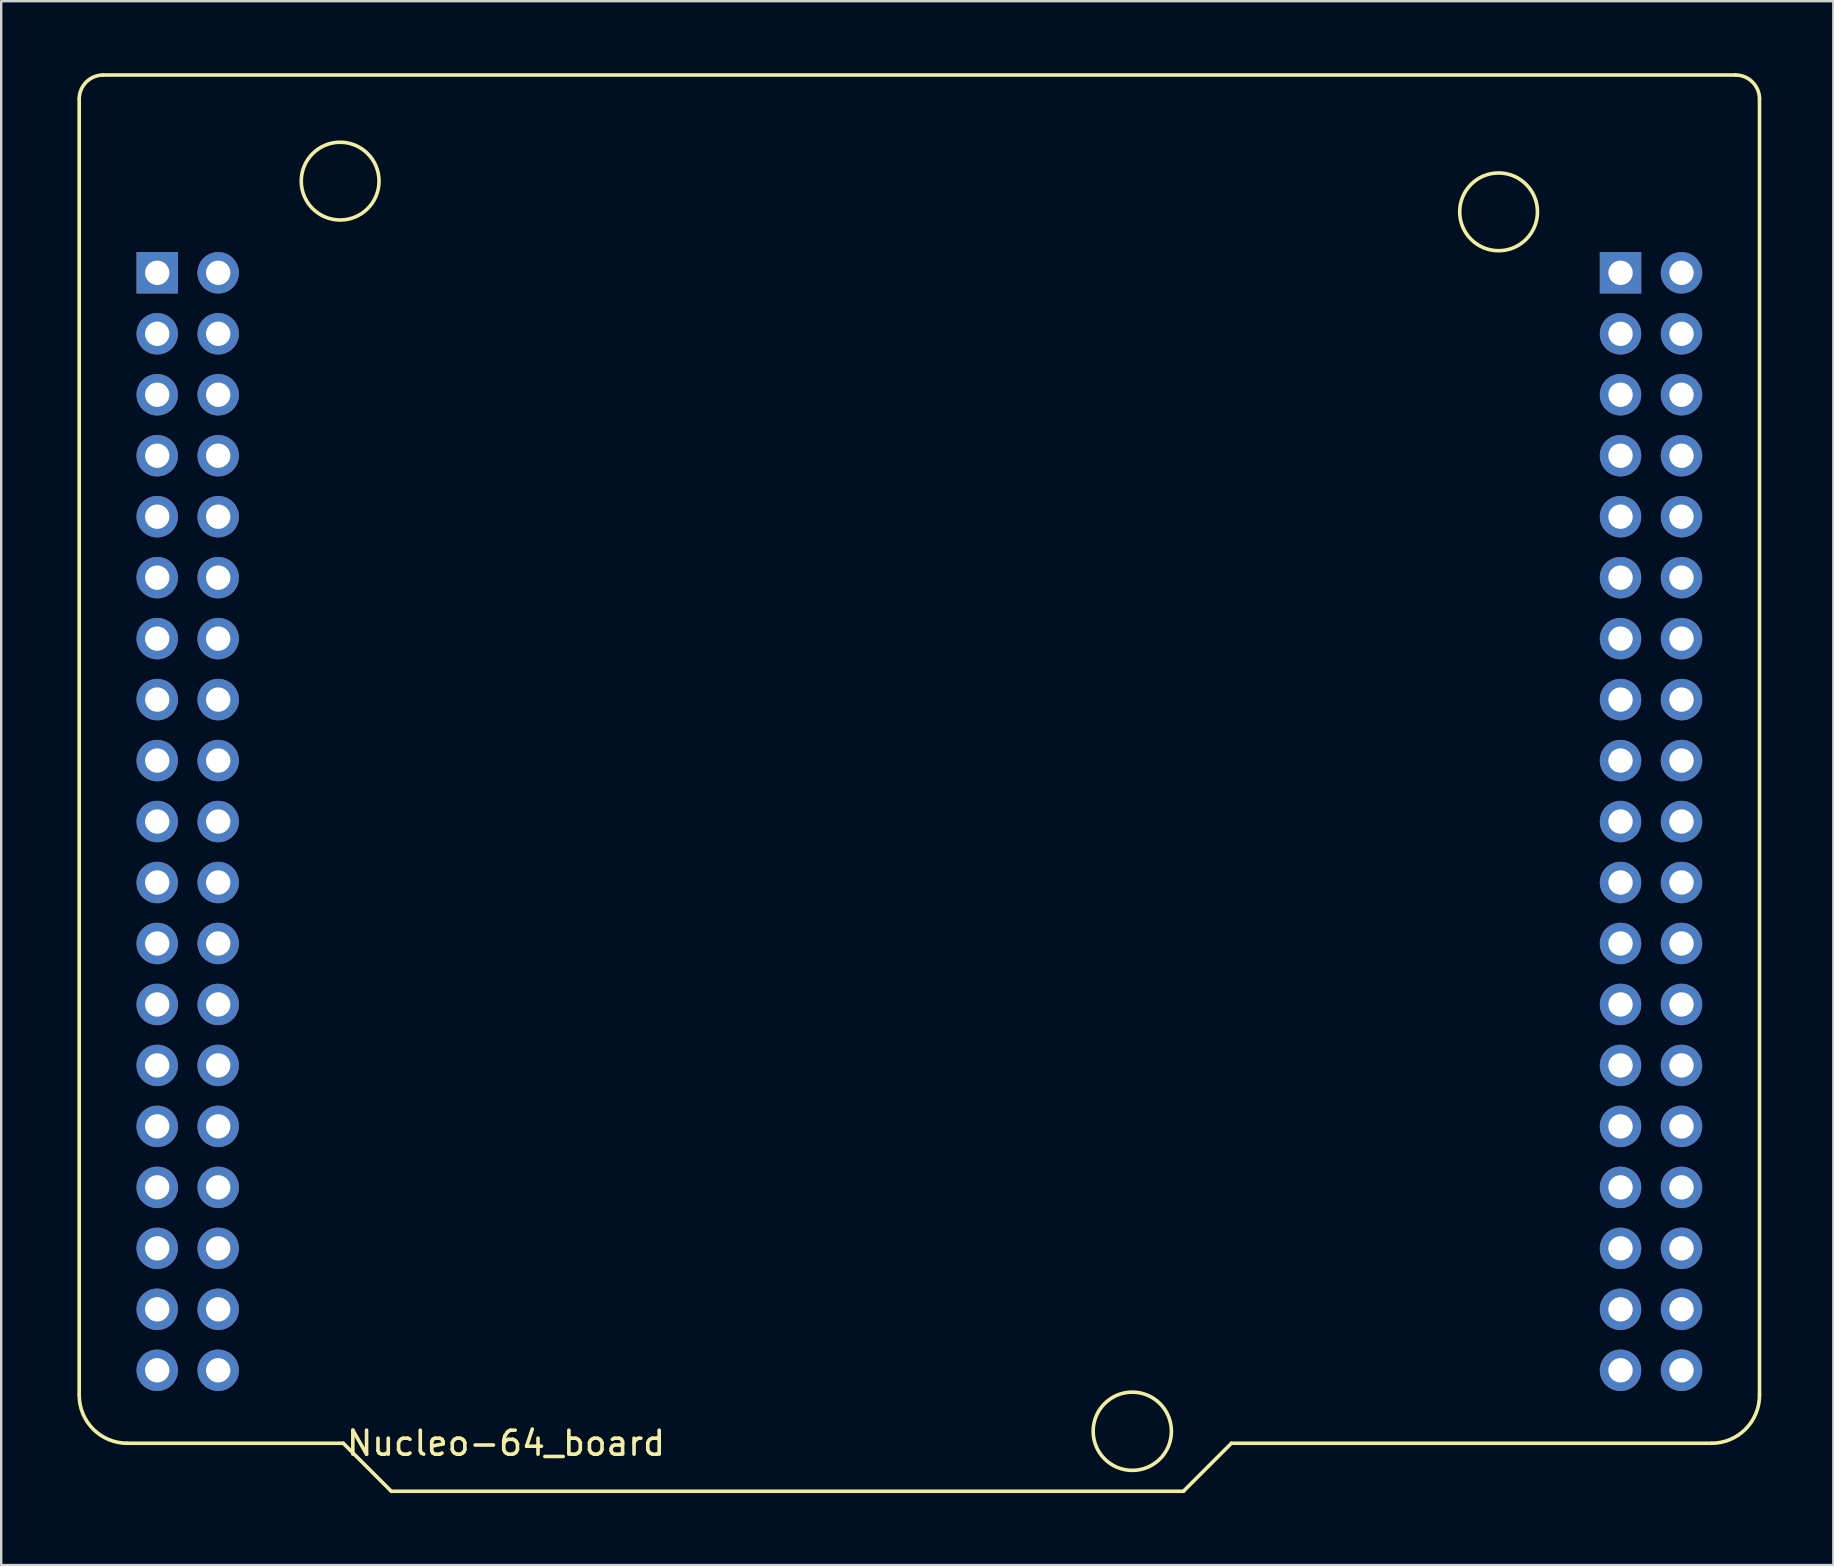
<source format=kicad_pcb>
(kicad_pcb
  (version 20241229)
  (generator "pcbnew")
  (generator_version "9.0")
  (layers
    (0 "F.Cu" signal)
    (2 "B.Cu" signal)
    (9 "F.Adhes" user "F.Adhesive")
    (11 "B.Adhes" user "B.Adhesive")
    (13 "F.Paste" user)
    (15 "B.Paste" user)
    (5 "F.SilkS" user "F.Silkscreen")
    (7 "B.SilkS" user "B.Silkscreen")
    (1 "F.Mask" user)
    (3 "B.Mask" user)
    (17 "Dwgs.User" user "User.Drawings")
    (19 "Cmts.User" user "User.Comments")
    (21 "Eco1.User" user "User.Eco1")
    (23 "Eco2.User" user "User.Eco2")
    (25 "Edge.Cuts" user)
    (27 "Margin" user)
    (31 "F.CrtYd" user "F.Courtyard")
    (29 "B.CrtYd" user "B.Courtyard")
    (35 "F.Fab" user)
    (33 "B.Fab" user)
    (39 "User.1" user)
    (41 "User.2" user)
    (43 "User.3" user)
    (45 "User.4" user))
  (footprint "Nucleo-64_board"
    (layer "F.Cu")
    (at 0.25 57.075)
    (property "Reference" "Nucleo-64_board" (at 17.78 0 0) (layer "F.SilkS") (effects (font (size 1 1) (thickness 0.15))))
    (attr through_hole)
    (fp_line (start 0 -2) (end 0 -56) (stroke (width 0.15) (type solid)) (layer "F.SilkS"))
    (fp_line (start 1 -57) (end 69 -57) (stroke (width 0.15) (type solid)) (layer "F.SilkS"))
    (fp_line (start 2 0) (end 11 0) (stroke (width 0.15) (type solid)) (layer "F.SilkS"))
    (fp_line (start 11 0) (end 13 2) (stroke (width 0.15) (type solid)) (layer "F.SilkS"))
    (fp_line (start 13 2) (end 46 2) (stroke (width 0.15) (type solid)) (layer "F.SilkS"))
    (fp_line (start 46 2) (end 48 0) (stroke (width 0.15) (type solid)) (layer "F.SilkS"))
    (fp_line (start 48 0) (end 68 0) (stroke (width 0.15) (type solid)) (layer "F.SilkS"))
    (fp_line (start 70 -2) (end 70 -56) (stroke (width 0.15) (type solid)) (layer "F.SilkS"))
    (fp_arc (start 0 -56) (mid 0.292893 -56.707107) (end 1 -57) (stroke (width 0.15) (type solid)) (layer "F.SilkS"))
    (fp_arc (start 2 0) (mid 0.585786 -0.585786) (end 0 -2) (stroke (width 0.15) (type solid)) (layer "F.SilkS"))
    (fp_arc (start 69 -57) (mid 69.707107 -56.707107) (end 70 -56) (stroke (width 0.15) (type solid)) (layer "F.SilkS"))
    (fp_arc (start 70 -2) (mid 69.414214 -0.585786) (end 68 0) (stroke (width 0.15) (type solid)) (layer "F.SilkS"))
    (fp_circle (center 10.87 -52.58) (end 12.49 -52.58) (stroke (width 0.15) (type solid)) (fill no) (layer "F.SilkS"))
    (fp_circle (center 43.87 -0.5) (end 45.5 -0.5) (stroke (width 0.15) (type solid)) (fill no) (layer "F.SilkS"))
    (fp_circle (center 59.13 -51.3) (end 60.75 -51.3) (stroke (width 0.15) (type solid)) (fill no) (layer "F.SilkS"))
    (pad "1" thru_hole rect (at 3.25 -48.76) (size 1.727 1.727) (drill 1.016) (layers "*.Cu" "*.Mask"))
    (pad "2" thru_hole circle (at 5.79 -48.76) (size 1.727 1.727) (drill 1.016) (layers "*.Cu" "*.Mask"))
    (pad "3" thru_hole circle (at 3.25 -46.22) (size 1.727 1.727) (drill 1.016) (layers "*.Cu" "*.Mask"))
    (pad "4" thru_hole circle (at 5.79 -46.22) (size 1.727 1.727) (drill 1.016) (layers "*.Cu" "*.Mask"))
    (pad "5" thru_hole circle (at 3.25 -43.68) (size 1.727 1.727) (drill 1.016) (layers "*.Cu" "*.Mask"))
    (pad "6" thru_hole circle (at 5.79 -43.68) (size 1.727 1.727) (drill 1.016) (layers "*.Cu" "*.Mask"))
    (pad "7" thru_hole circle (at 3.25 -41.14) (size 1.727 1.727) (drill 1.016) (layers "*.Cu" "*.Mask"))
    (pad "8" thru_hole circle (at 5.79 -41.14) (size 1.727 1.727) (drill 1.016) (layers "*.Cu" "*.Mask"))
    (pad "9" thru_hole circle (at 3.25 -38.6) (size 1.727 1.727) (drill 1.016) (layers "*.Cu" "*.Mask"))
    (pad "10" thru_hole circle (at 5.79 -38.6) (size 1.727 1.727) (drill 1.016) (layers "*.Cu" "*.Mask"))
    (pad "11" thru_hole circle (at 3.25 -36.06) (size 1.727 1.727) (drill 1.016) (layers "*.Cu" "*.Mask"))
    (pad "12" thru_hole circle (at 5.79 -36.06) (size 1.727 1.727) (drill 1.016) (layers "*.Cu" "*.Mask"))
    (pad "13" thru_hole circle (at 3.25 -33.52) (size 1.727 1.727) (drill 1.016) (layers "*.Cu" "*.Mask"))
    (pad "14" thru_hole circle (at 5.79 -33.52) (size 1.727 1.727) (drill 1.016) (layers "*.Cu" "*.Mask"))
    (pad "15" thru_hole circle (at 3.25 -30.98) (size 1.727 1.727) (drill 1.016) (layers "*.Cu" "*.Mask"))
    (pad "16" thru_hole circle (at 5.79 -30.98) (size 1.727 1.727) (drill 1.016) (layers "*.Cu" "*.Mask"))
    (pad "17" thru_hole circle (at 3.25 -28.44) (size 1.727 1.727) (drill 1.016) (layers "*.Cu" "*.Mask"))
    (pad "18" thru_hole circle (at 5.79 -28.44) (size 1.727 1.727) (drill 1.016) (layers "*.Cu" "*.Mask"))
    (pad "19" thru_hole circle (at 3.25 -25.9) (size 1.727 1.727) (drill 1.016) (layers "*.Cu" "*.Mask"))
    (pad "20" thru_hole circle (at 5.79 -25.9) (size 1.727 1.727) (drill 1.016) (layers "*.Cu" "*.Mask"))
    (pad "21" thru_hole circle (at 3.25 -23.36) (size 1.727 1.727) (drill 1.016) (layers "*.Cu" "*.Mask"))
    (pad "22" thru_hole circle (at 5.79 -23.36) (size 1.727 1.727) (drill 1.016) (layers "*.Cu" "*.Mask"))
    (pad "23" thru_hole circle (at 3.25 -20.82) (size 1.727 1.727) (drill 1.016) (layers "*.Cu" "*.Mask"))
    (pad "24" thru_hole circle (at 5.79 -20.82) (size 1.727 1.727) (drill 1.016) (layers "*.Cu" "*.Mask"))
    (pad "25" thru_hole circle (at 3.25 -18.28) (size 1.727 1.727) (drill 1.016) (layers "*.Cu" "*.Mask"))
    (pad "26" thru_hole circle (at 5.79 -18.28) (size 1.727 1.727) (drill 1.016) (layers "*.Cu" "*.Mask"))
    (pad "27" thru_hole circle (at 3.25 -15.74) (size 1.727 1.727) (drill 1.016) (layers "*.Cu" "*.Mask"))
    (pad "28" thru_hole circle (at 5.79 -15.74) (size 1.727 1.727) (drill 1.016) (layers "*.Cu" "*.Mask"))
    (pad "29" thru_hole circle (at 3.25 -13.2) (size 1.727 1.727) (drill 1.016) (layers "*.Cu" "*.Mask"))
    (pad "30" thru_hole circle (at 5.79 -13.2) (size 1.727 1.727) (drill 1.016) (layers "*.Cu" "*.Mask"))
    (pad "31" thru_hole circle (at 3.25 -10.66) (size 1.727 1.727) (drill 1.016) (layers "*.Cu" "*.Mask"))
    (pad "32" thru_hole circle (at 5.79 -10.66) (size 1.727 1.727) (drill 1.016) (layers "*.Cu" "*.Mask"))
    (pad "33" thru_hole circle (at 3.25 -8.12) (size 1.727 1.727) (drill 1.016) (layers "*.Cu" "*.Mask"))
    (pad "34" thru_hole circle (at 5.79 -8.12) (size 1.727 1.727) (drill 1.016) (layers "*.Cu" "*.Mask"))
    (pad "35" thru_hole circle (at 3.25 -5.58) (size 1.727 1.727) (drill 1.016) (layers "*.Cu" "*.Mask"))
    (pad "36" thru_hole circle (at 5.79 -5.58) (size 1.727 1.727) (drill 1.016) (layers "*.Cu" "*.Mask"))
    (pad "37" thru_hole circle (at 3.25 -3.04) (size 1.727 1.727) (drill 1.016) (layers "*.Cu" "*.Mask"))
    (pad "38" thru_hole circle (at 5.79 -3.04) (size 1.727 1.727) (drill 1.016) (layers "*.Cu" "*.Mask"))
    (pad "39" thru_hole rect (at 64.21 -48.76) (size 1.727 1.727) (drill 1.016) (layers "*.Cu" "*.Mask"))
    (pad "40" thru_hole circle (at 66.75 -48.76) (size 1.727 1.727) (drill 1.016) (layers "*.Cu" "*.Mask"))
    (pad "41" thru_hole circle (at 64.21 -46.22) (size 1.727 1.727) (drill 1.016) (layers "*.Cu" "*.Mask"))
    (pad "42" thru_hole circle (at 66.75 -46.22) (size 1.727 1.727) (drill 1.016) (layers "*.Cu" "*.Mask"))
    (pad "43" thru_hole circle (at 64.21 -43.68) (size 1.727 1.727) (drill 1.016) (layers "*.Cu" "*.Mask"))
    (pad "44" thru_hole circle (at 66.75 -43.68) (size 1.727 1.727) (drill 1.016) (layers "*.Cu" "*.Mask"))
    (pad "45" thru_hole circle (at 64.21 -41.14) (size 1.727 1.727) (drill 1.016) (layers "*.Cu" "*.Mask"))
    (pad "46" thru_hole circle (at 66.75 -41.14) (size 1.727 1.727) (drill 1.016) (layers "*.Cu" "*.Mask"))
    (pad "47" thru_hole circle (at 64.21 -38.6) (size 1.727 1.727) (drill 1.016) (layers "*.Cu" "*.Mask"))
    (pad "48" thru_hole circle (at 66.75 -38.6) (size 1.727 1.727) (drill 1.016) (layers "*.Cu" "*.Mask"))
    (pad "49" thru_hole circle (at 64.21 -36.06) (size 1.727 1.727) (drill 1.016) (layers "*.Cu" "*.Mask"))
    (pad "50" thru_hole circle (at 66.75 -36.06) (size 1.727 1.727) (drill 1.016) (layers "*.Cu" "*.Mask"))
    (pad "51" thru_hole circle (at 64.21 -33.52) (size 1.727 1.727) (drill 1.016) (layers "*.Cu" "*.Mask"))
    (pad "52" thru_hole circle (at 66.75 -33.52) (size 1.727 1.727) (drill 1.016) (layers "*.Cu" "*.Mask"))
    (pad "53" thru_hole circle (at 64.21 -30.98) (size 1.727 1.727) (drill 1.016) (layers "*.Cu" "*.Mask"))
    (pad "54" thru_hole circle (at 66.75 -30.98) (size 1.727 1.727) (drill 1.016) (layers "*.Cu" "*.Mask"))
    (pad "55" thru_hole circle (at 64.21 -28.44) (size 1.727 1.727) (drill 1.016) (layers "*.Cu" "*.Mask"))
    (pad "56" thru_hole circle (at 66.75 -28.44) (size 1.727 1.727) (drill 1.016) (layers "*.Cu" "*.Mask"))
    (pad "57" thru_hole circle (at 64.21 -25.9) (size 1.727 1.727) (drill 1.016) (layers "*.Cu" "*.Mask"))
    (pad "58" thru_hole circle (at 66.75 -25.9) (size 1.727 1.727) (drill 1.016) (layers "*.Cu" "*.Mask"))
    (pad "59" thru_hole circle (at 64.21 -23.36) (size 1.727 1.727) (drill 1.016) (layers "*.Cu" "*.Mask"))
    (pad "60" thru_hole circle (at 66.75 -23.36) (size 1.727 1.727) (drill 1.016) (layers "*.Cu" "*.Mask"))
    (pad "61" thru_hole circle (at 64.21 -20.82) (size 1.727 1.727) (drill 1.016) (layers "*.Cu" "*.Mask"))
    (pad "62" thru_hole circle (at 66.75 -20.82) (size 1.727 1.727) (drill 1.016) (layers "*.Cu" "*.Mask"))
    (pad "63" thru_hole circle (at 64.21 -18.28) (size 1.727 1.727) (drill 1.016) (layers "*.Cu" "*.Mask"))
    (pad "64" thru_hole circle (at 66.75 -18.28) (size 1.727 1.727) (drill 1.016) (layers "*.Cu" "*.Mask"))
    (pad "65" thru_hole circle (at 64.21 -15.74) (size 1.727 1.727) (drill 1.016) (layers "*.Cu" "*.Mask"))
    (pad "66" thru_hole circle (at 66.75 -15.74) (size 1.727 1.727) (drill 1.016) (layers "*.Cu" "*.Mask"))
    (pad "67" thru_hole circle (at 64.21 -13.2) (size 1.727 1.727) (drill 1.016) (layers "*.Cu" "*.Mask"))
    (pad "68" thru_hole circle (at 66.75 -13.2) (size 1.727 1.727) (drill 1.016) (layers "*.Cu" "*.Mask"))
    (pad "69" thru_hole circle (at 64.21 -10.66) (size 1.727 1.727) (drill 1.016) (layers "*.Cu" "*.Mask"))
    (pad "70" thru_hole circle (at 66.75 -10.66) (size 1.727 1.727) (drill 1.016) (layers "*.Cu" "*.Mask"))
    (pad "71" thru_hole circle (at 64.21 -8.12) (size 1.727 1.727) (drill 1.016) (layers "*.Cu" "*.Mask"))
    (pad "72" thru_hole circle (at 66.75 -8.12) (size 1.727 1.727) (drill 1.016) (layers "*.Cu" "*.Mask"))
    (pad "73" thru_hole circle (at 64.21 -5.58) (size 1.727 1.727) (drill 1.016) (layers "*.Cu" "*.Mask"))
    (pad "74" thru_hole circle (at 66.75 -5.58) (size 1.727 1.727) (drill 1.016) (layers "*.Cu" "*.Mask"))
    (pad "75" thru_hole circle (at 64.21 -3.04) (size 1.727 1.727) (drill 1.016) (layers "*.Cu" "*.Mask"))
    (pad "76" thru_hole circle (at 66.75 -3.04) (size 1.727 1.727) (drill 1.016) (layers "*.Cu" "*.Mask")))
  (gr_rect
    (start -3 -3)
    (end 73.325 62.15)
    (stroke (width 0.1) (type default))
    (fill no)
    (layer "Edge.Cuts")))
</source>
